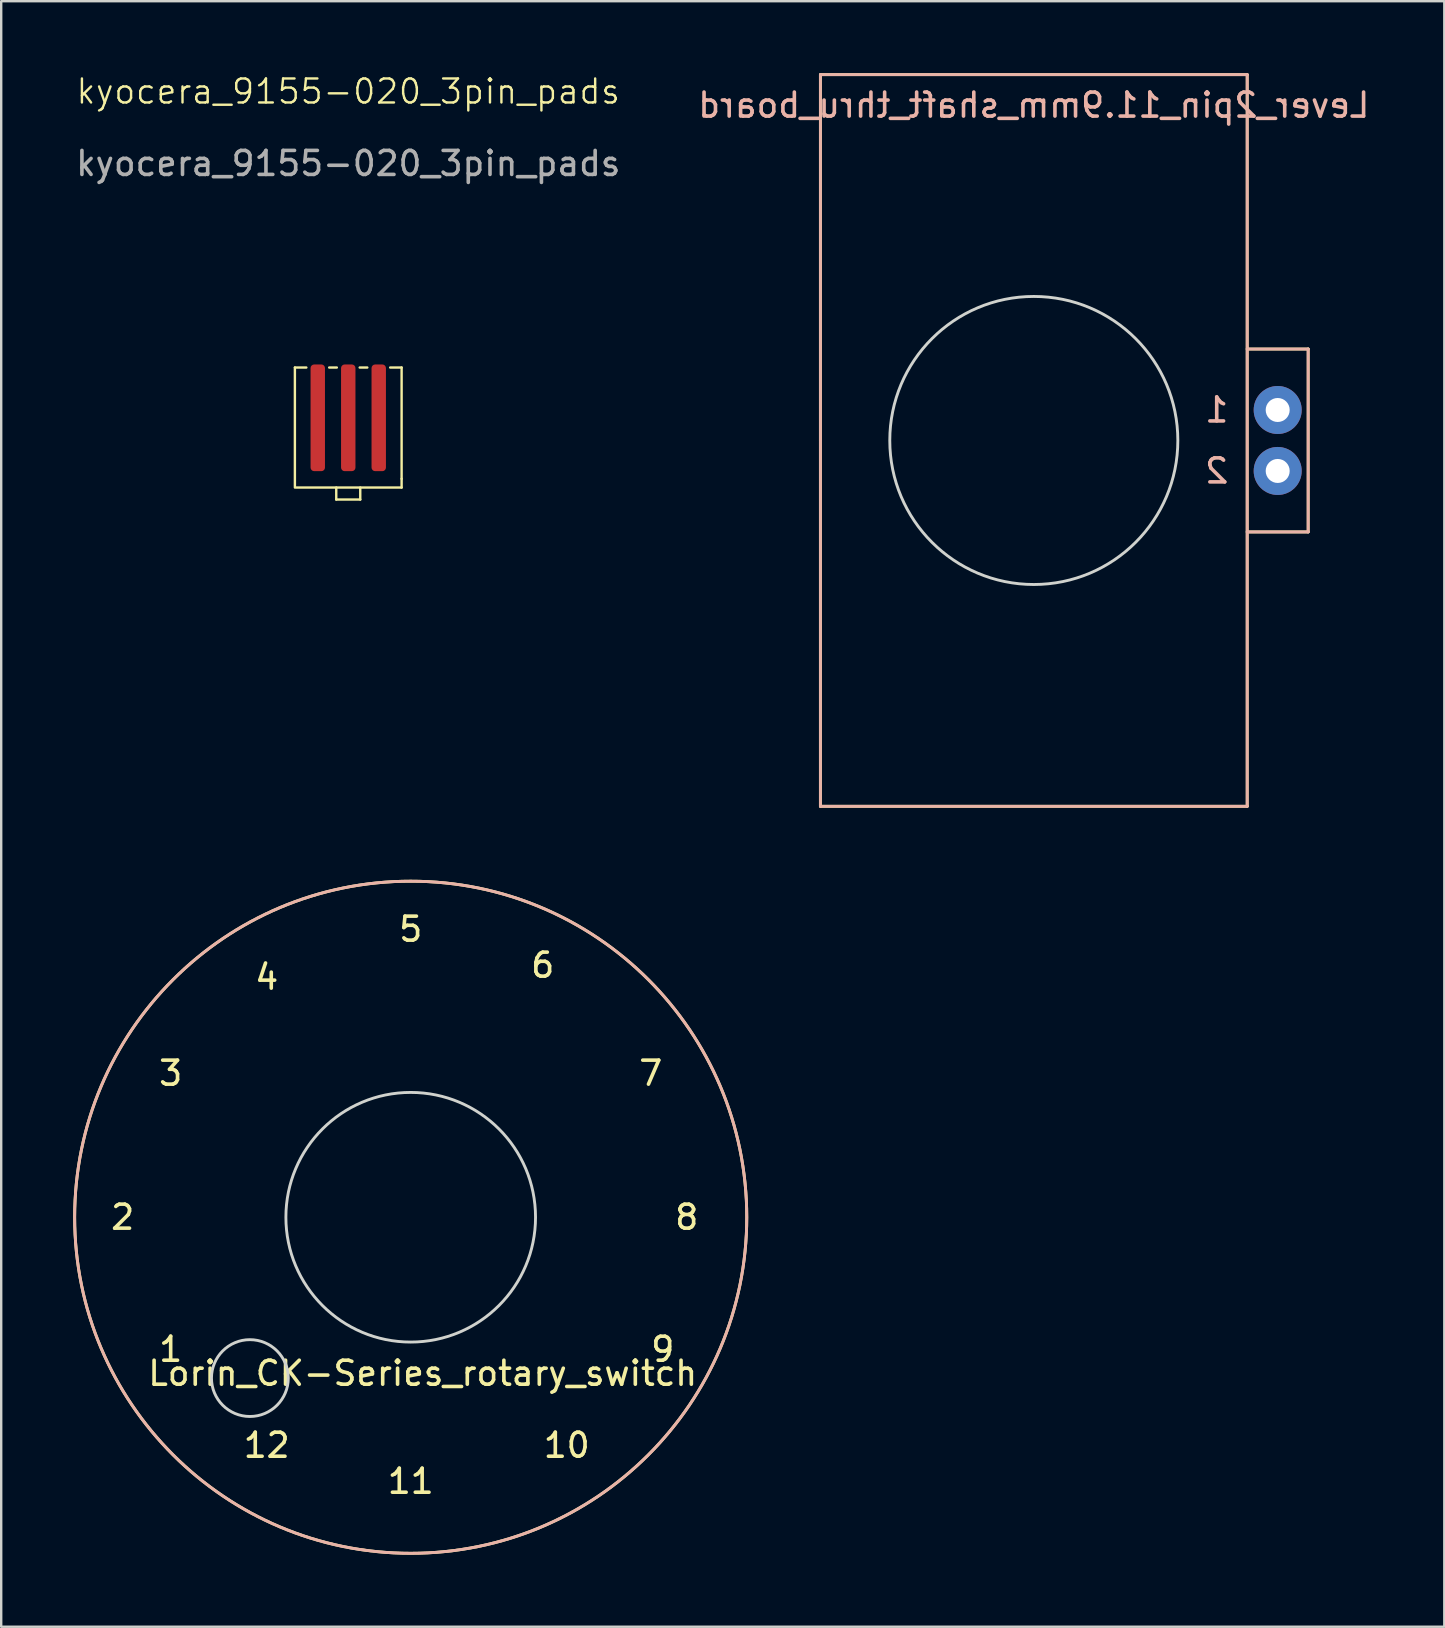
<source format=kicad_pcb>
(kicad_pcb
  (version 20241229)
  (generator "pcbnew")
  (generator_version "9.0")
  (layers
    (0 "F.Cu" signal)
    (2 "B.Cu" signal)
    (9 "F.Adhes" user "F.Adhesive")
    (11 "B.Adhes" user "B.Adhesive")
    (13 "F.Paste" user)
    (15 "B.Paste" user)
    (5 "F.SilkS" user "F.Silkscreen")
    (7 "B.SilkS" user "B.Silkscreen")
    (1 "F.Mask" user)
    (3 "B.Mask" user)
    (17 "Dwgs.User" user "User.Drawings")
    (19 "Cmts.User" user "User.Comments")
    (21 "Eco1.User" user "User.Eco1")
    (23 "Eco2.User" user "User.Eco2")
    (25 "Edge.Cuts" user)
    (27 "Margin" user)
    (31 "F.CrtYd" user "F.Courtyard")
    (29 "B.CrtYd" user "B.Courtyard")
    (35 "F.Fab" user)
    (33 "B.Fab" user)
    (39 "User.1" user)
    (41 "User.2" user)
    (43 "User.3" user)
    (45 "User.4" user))
  (footprint "kyocera_9155-020_3pin_pads"
    (layer "F.Cu")
    (at 11.458 16.261)
    (property "Reference" "kyocera_9155-020_3pin_pads" (at 0 -15.5 0) (unlocked yes) (layer "F.SilkS") (effects (font (size 1 1) (thickness 0.1))))
    (attr smd)
    (fp_line (start -2.223 -4) (end -2.223 0.953) (stroke (width 0.1) (type default)) (layer "F.SilkS"))
    (fp_line (start -2.223 1) (end 2.223 1) (stroke (width 0.1) (type default)) (layer "F.SilkS"))
    (fp_line (start -1.746 -4) (end -2.223 -4) (stroke (width 0.1) (type default)) (layer "F.SilkS"))
    (fp_line (start -0.794 -4) (end -0.476 -4) (stroke (width 0.1) (type default)) (layer "F.SilkS"))
    (fp_line (start -0.5 1.5) (end -0.5 1) (stroke (width 0.1) (type default)) (layer "F.SilkS"))
    (fp_line (start 0.476 -4) (end 0.794 -4) (stroke (width 0.1) (type default)) (layer "F.SilkS"))
    (fp_line (start 0.5 1.5) (end -0.5 1.5) (stroke (width 0.1) (type default)) (layer "F.SilkS"))
    (fp_line (start 0.5 1.5) (end 0.5 1) (stroke (width 0.1) (type default)) (layer "F.SilkS"))
    (fp_line (start 2.223 -4) (end 1.746 -4) (stroke (width 0.1) (type default)) (layer "F.SilkS"))
    (fp_line (start 2.223 -4) (end 2.223 0.635) (stroke (width 0.1) (type default)) (layer "F.SilkS"))
    (fp_line (start 2.223 0.635) (end 2.223 1) (stroke (width 0.1) (type default)) (layer "F.SilkS"))
    (fp_line (start -2.223 -4.128) (end 2.223 -4.128) (stroke (width 0.05) (type default)) (layer "User.1"))
    (fp_line (start -1.495 -4.604) (end -1.495 -0.79) (stroke (width 0.05) (type default)) (layer "User.1"))
    (fp_line (start -1.045 -4.604) (end -1.495 -4.604) (stroke (width 0.05) (type default)) (layer "User.1"))
    (fp_line (start -1.045 -4.604) (end -1.045 -0.79) (stroke (width 0.05) (type default)) (layer "User.1"))
    (fp_line (start -1.045 -0.79) (end -1.495 -0.79) (stroke (width 0.05) (type default)) (layer "User.1"))
    (fp_line (start -0.225 -4.604) (end -0.225 -0.79) (stroke (width 0.05) (type default)) (layer "User.1"))
    (fp_line (start 0.225 -4.604) (end -0.225 -4.604) (stroke (width 0.05) (type default)) (layer "User.1"))
    (fp_line (start 0.225 -4.604) (end 0.225 -0.79) (stroke (width 0.05) (type default)) (layer "User.1"))
    (fp_line (start 0.225 -0.79) (end -0.225 -0.79) (stroke (width 0.05) (type default)) (layer "User.1"))
    (fp_line (start 1.045 -4.604) (end 1.045 -0.79) (stroke (width 0.05) (type default)) (layer "User.1"))
    (fp_line (start 1.495 -4.604) (end 1.045 -4.604) (stroke (width 0.05) (type default)) (layer "User.1"))
    (fp_line (start 1.495 -4.604) (end 1.495 -0.79) (stroke (width 0.05) (type default)) (layer "User.1"))
    (fp_line (start 1.495 -0.79) (end 1.045 -0.79) (stroke (width 0.05) (type default)) (layer "User.1"))
    (fp_line (start 1.8 -4.9) (end 1.8 -4.2) (stroke (width 0.03) (type default)) (layer "User.1"))
    (fp_line (start 1.8 -4.2) (end 1.7 -4.3) (stroke (width 0.03) (type default)) (layer "User.1"))
    (fp_line (start 1.8 -4.2) (end 1.9 -4.3) (stroke (width 0.03) (type default)) (layer "User.1"))
    (fp_line (start -2.54 -3.81) (end -2.54 -2.857) (stroke (width 0.05) (type default)) (layer "User.2"))
    (fp_line (start -2.223 -4.128) (end -2.54 -3.81) (stroke (width 0.05) (type default)) (layer "User.2"))
    (fp_line (start 2.223 -4.128) (end 2.54 -3.81) (stroke (width 0.05) (type default)) (layer "User.2"))
    (fp_line (start 2.54 -3.81) (end 2.54 -2.857) (stroke (width 0.05) (type default)) (layer "User.2"))
    (fp_text user "${REFERENCE}" (at 0 -12.5 0) (unlocked yes) (layer "F.Fab") (effects (font (size 1 1) (thickness 0.15))))
    (fp_text user "PCB Edge" (at -2.3 -5 0) (unlocked yes) (layer "User.1") (effects (font (size 0.6 0.6) (thickness 0.1)) (justify left bottom)))
    (pad "1" smd roundrect (at 1.27 -1.905 90) (size 4.445 0.6) (layers "F.Cu" "F.Mask" "F.Paste") (roundrect_rratio 0.25))
    (pad "2" smd roundrect (at 0 -1.905 90) (size 4.445 0.6) (layers "F.Cu" "F.Mask" "F.Paste") (roundrect_rratio 0.25))
    (pad "3" smd roundrect (at -1.27 -1.905 90) (size 4.445 0.6) (layers "F.Cu" "F.Mask" "F.Paste") (roundrect_rratio 0.25)))
  (footprint "Lorin_CK-Series_rotary_switch"
    (layer "F.Cu")
    (at 14.06 47.66)
    (property "Reference" "Lorin_CK-Series_rotary_switch" (at 0.5 6.5 0) (layer "F.SilkS") (effects (font (size 1 1) (thickness 0.15))))
    (attr through_hole)
    (fp_circle (center 0 0) (end 14 0) (stroke (width 0.12) (type solid)) (fill no) (layer "F.SilkS"))
    (fp_circle (center 0 0) (end 14 0) (stroke (width 0.12) (type solid)) (fill no) (layer "B.SilkS"))
    (fp_circle (center -6.7 6.7) (end -5.1 6.7) (stroke (width 0.12) (type solid)) (fill no) (layer "Edge.Cuts"))
    (fp_circle (center 0 0) (end 5.2 0) (stroke (width 0.12) (type solid)) (fill no) (layer "Edge.Cuts"))
    (fp_text user "8" (at 11.5 0 0) (layer "F.SilkS") (effects (font (size 1 1) (thickness 0.15))))
    (fp_text user "11" (at 0 11 0) (layer "F.SilkS") (effects (font (size 1 1) (thickness 0.15))))
    (fp_text user "12" (at -6 9.5 0) (layer "F.SilkS") (effects (font (size 1 1) (thickness 0.15))))
    (fp_text user "9" (at 10.5 5.5 0) (layer "F.SilkS") (effects (font (size 1 1) (thickness 0.15))))
    (fp_text user "4" (at -6 -10 0) (layer "F.SilkS") (effects (font (size 1 1) (thickness 0.15))))
    (fp_text user "7" (at 10 -6 0) (layer "F.SilkS") (effects (font (size 1 1) (thickness 0.15))))
    (fp_text user "5" (at 0 -12 0) (layer "F.SilkS") (effects (font (size 1 1) (thickness 0.15))))
    (fp_text user "10" (at 6.5 9.5 0) (layer "F.SilkS") (effects (font (size 1 1) (thickness 0.15))))
    (fp_text user "1" (at -10 5.5 0) (layer "F.SilkS") (effects (font (size 1 1) (thickness 0.15))))
    (fp_text user "2" (at -12 0 0) (layer "F.SilkS") (effects (font (size 1 1) (thickness 0.15))))
    (fp_text user "3" (at -10 -6 0) (layer "F.SilkS") (effects (font (size 1 1) (thickness 0.15))))
    (fp_text user "6" (at 5.5 -10.5 0) (layer "F.SilkS") (effects (font (size 1 1) (thickness 0.15)))))
  (footprint "Lever_2pin_11.9mm_shaft_thru_board"
    (layer "F.Cu")
    (at 40.018 15.3)
    (property "Reference" "Lever_2pin_11.9mm_shaft_thru_board" (at 0 -13.97 0) (layer "B.SilkS") (effects (font (size 1 1) (thickness 0.15)) (justify mirror)))
    (attr through_hole)
    (fp_line (start -8.89 -15.24) (end 8.89 -15.24) (stroke (width 0.12) (type solid)) (layer "F.SilkS"))
    (fp_line (start -8.89 15.24) (end -8.89 -15.24) (stroke (width 0.12) (type solid)) (layer "F.SilkS"))
    (fp_line (start 8.89 -15.24) (end 8.89 15.24) (stroke (width 0.12) (type solid)) (layer "F.SilkS"))
    (fp_line (start 8.89 -3.81) (end 11.43 -3.81) (stroke (width 0.12) (type solid)) (layer "F.SilkS"))
    (fp_line (start 8.89 15.24) (end -8.89 15.24) (stroke (width 0.12) (type solid)) (layer "F.SilkS"))
    (fp_line (start 11.43 -3.81) (end 11.43 3.81) (stroke (width 0.12) (type solid)) (layer "F.SilkS"))
    (fp_line (start 11.43 3.81) (end 8.89 3.81) (stroke (width 0.12) (type solid)) (layer "F.SilkS"))
    (fp_line (start -8.89 -15.24) (end 8.89 -15.24) (stroke (width 0.12) (type solid)) (layer "B.SilkS"))
    (fp_line (start -8.89 0) (end -8.89 -15.24) (stroke (width 0.12) (type solid)) (layer "B.SilkS"))
    (fp_line (start -8.89 15.24) (end -8.89 0) (stroke (width 0.12) (type solid)) (layer "B.SilkS"))
    (fp_line (start 8.89 -15.24) (end 8.89 15.24) (stroke (width 0.12) (type solid)) (layer "B.SilkS"))
    (fp_line (start 8.89 -3.81) (end 11.43 -3.81) (stroke (width 0.12) (type solid)) (layer "B.SilkS"))
    (fp_line (start 8.89 15.24) (end -8.89 15.24) (stroke (width 0.12) (type solid)) (layer "B.SilkS"))
    (fp_line (start 11.43 -3.81) (end 11.43 3.81) (stroke (width 0.12) (type solid)) (layer "B.SilkS"))
    (fp_line (start 11.43 3.81) (end 8.89 3.81) (stroke (width 0.12) (type solid)) (layer "B.SilkS"))
    (fp_circle (center 0 0) (end 6 0) (stroke (width 0.12) (type solid)) (fill no) (layer "Eco1.User"))
    (fp_circle (center 0 0) (end 6 0) (stroke (width 0.12) (type solid)) (fill no) (layer "Edge.Cuts"))
    (fp_text user "1" (at 7.62 -1.27 0) (layer "B.SilkS") (effects (font (size 1 1) (thickness 0.15)) (justify mirror)))
    (fp_text user "2" (at 7.62 1.27 0) (layer "B.SilkS") (effects (font (size 1 1) (thickness 0.15)) (justify mirror)))
    (pad "1" thru_hole circle (at 10.16 -1.27) (size 2 2) (drill 1) (layers "*.Cu" "*.Mask"))
    (pad "2" thru_hole circle (at 10.16 1.27) (size 2 2) (drill 1) (layers "*.Cu" "*.Mask")))
  (gr_rect
    (start -3 -3)
    (end 57.119 64.72)
    (stroke (width 0.1) (type default))
    (fill no)
    (layer "Edge.Cuts")))
</source>
